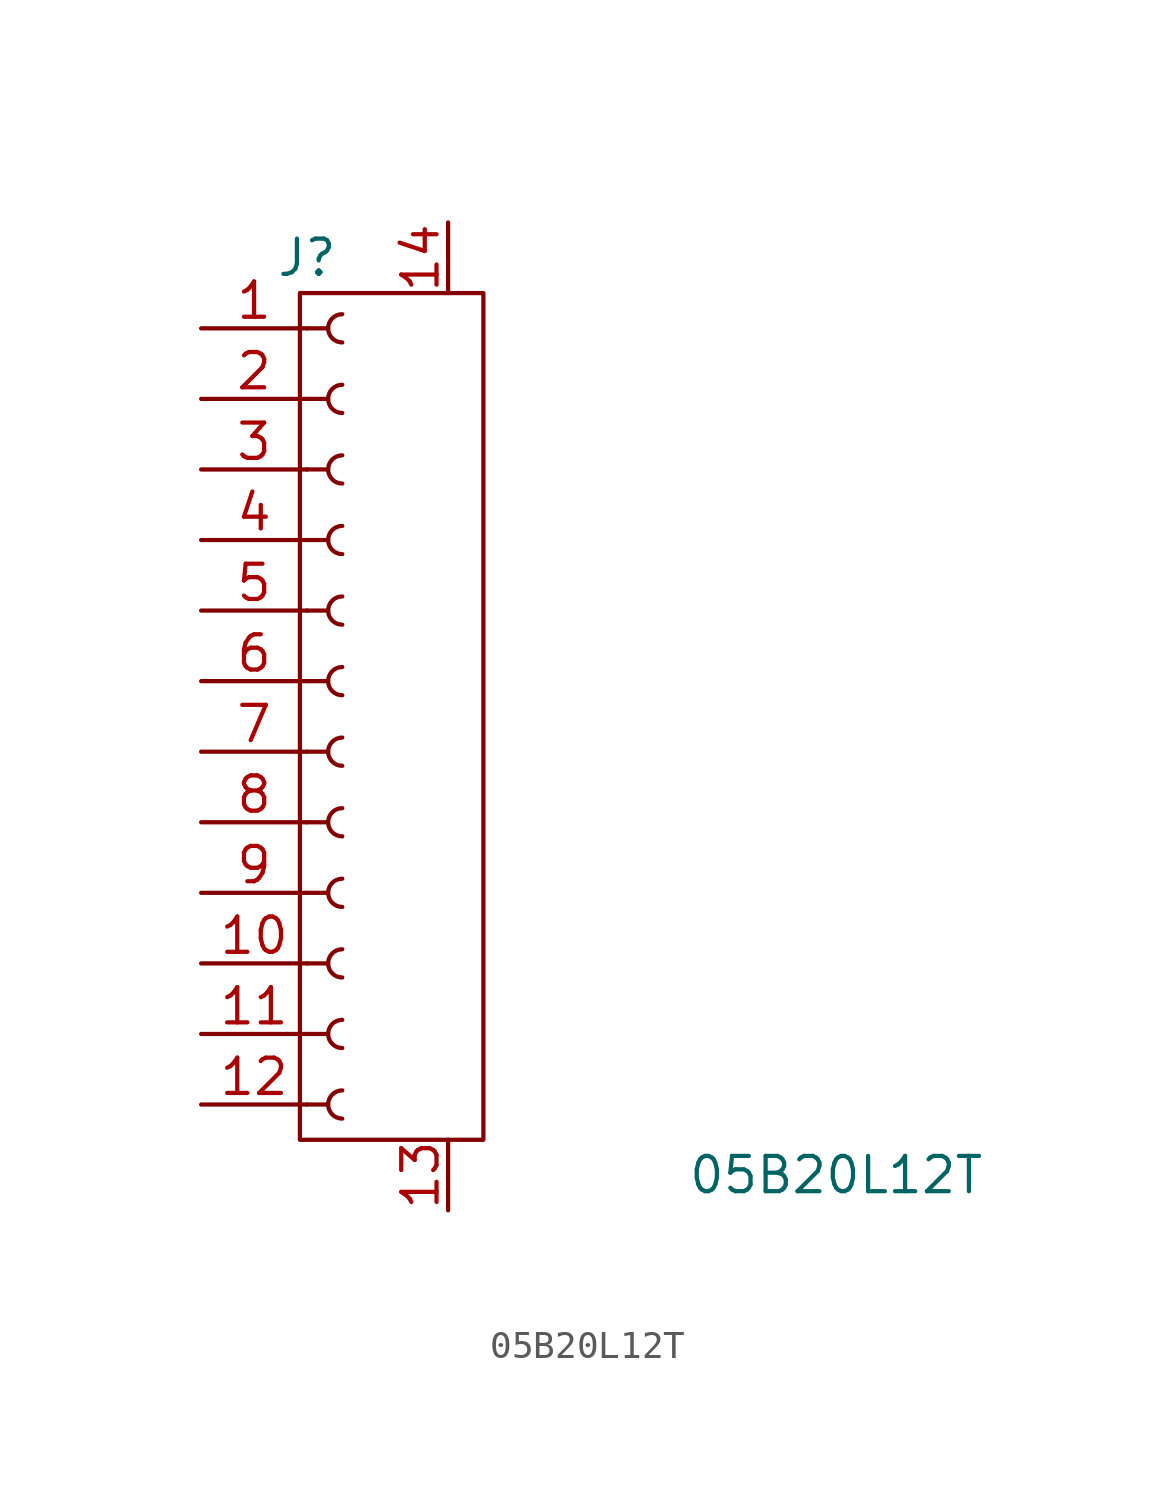
<source format=kicad_sym>
(kicad_symbol_lib
  (version 20241209)
  (generator "kicad_symbol_editor")
  (generator_version "9.0")
  (symbol "05B20L12T"
    (pin_names
      (offset 1.016)
      (hide yes))
    (property "Reference" "J"
      (at -1.27 15.24 0)
      (effects (font (size 1.27 1.27))))
    (property "Value" "05B20L12T"
      (at 17.78 -17.78 0)
      (effects (font (size 1.27 1.27))))
    (property "ki_locked" ""
      (at 0 0 0)
      (effects (font (size 1.27 1.27))))
    (symbol "05B20L12T_1_1"
      (rectangle (start -1.524 13.97) (end 5.08 -16.51) (stroke (width 0) (type default)) (fill (type none)))
      (polyline (pts (xy -1.27 12.7) (xy -0.508 12.7)) (stroke (width 0.152) (type default)) (fill (type none)))
      (polyline (pts (xy -1.27 10.16) (xy -0.508 10.16)) (stroke (width 0.152) (type default)) (fill (type none)))
      (polyline (pts (xy -1.27 7.62) (xy -0.508 7.62)) (stroke (width 0.152) (type default)) (fill (type none)))
      (polyline (pts (xy -1.27 5.08) (xy -0.508 5.08)) (stroke (width 0.152) (type default)) (fill (type none)))
      (polyline (pts (xy -1.27 2.54) (xy -0.508 2.54)) (stroke (width 0.152) (type default)) (fill (type none)))
      (polyline (pts (xy -1.27 0) (xy -0.508 0)) (stroke (width 0.152) (type default)) (fill (type none)))
      (polyline (pts (xy -1.27 -2.54) (xy -0.508 -2.54)) (stroke (width 0.152) (type default)) (fill (type none)))
      (polyline (pts (xy -1.27 -5.08) (xy -0.508 -5.08)) (stroke (width 0.152) (type default)) (fill (type none)))
      (polyline (pts (xy -1.27 -7.62) (xy -0.508 -7.62)) (stroke (width 0.152) (type default)) (fill (type none)))
      (polyline (pts (xy -1.27 -10.16) (xy -0.508 -10.16)) (stroke (width 0.152) (type default)) (fill (type none)))
      (polyline (pts (xy -1.27 -12.7) (xy -0.508 -12.7)) (stroke (width 0.152) (type default)) (fill (type none)))
      (polyline (pts (xy -1.27 -15.24) (xy -0.508 -15.24)) (stroke (width 0.152) (type default)) (fill (type none)))
      (arc (start 0 12.192) (mid -0.5058 12.7) (end 0 13.208) (stroke (width 0.1524) (type default)) (fill (type none)))
      (arc (start 0 9.652) (mid -0.5058 10.16) (end 0 10.668) (stroke (width 0.1524) (type default)) (fill (type none)))
      (arc (start 0 7.112) (mid -0.5058 7.62) (end 0 8.128) (stroke (width 0.1524) (type default)) (fill (type none)))
      (arc (start 0 4.572) (mid -0.5058 5.08) (end 0 5.588) (stroke (width 0.1524) (type default)) (fill (type none)))
      (arc (start 0 2.032) (mid -0.5058 2.54) (end 0 3.048) (stroke (width 0.1524) (type default)) (fill (type none)))
      (arc (start 0 -0.508) (mid -0.5058 0) (end 0 0.508) (stroke (width 0.1524) (type default)) (fill (type none)))
      (arc (start 0 -3.048) (mid -0.5058 -2.54) (end 0 -2.032) (stroke (width 0.1524) (type default)) (fill (type none)))
      (arc (start 0 -5.588) (mid -0.5058 -5.08) (end 0 -4.572) (stroke (width 0.1524) (type default)) (fill (type none)))
      (arc (start 0 -8.128) (mid -0.5058 -7.62) (end 0 -7.112) (stroke (width 0.1524) (type default)) (fill (type none)))
      (arc (start 0 -10.668) (mid -0.5058 -10.16) (end 0 -9.652) (stroke (width 0.1524) (type default)) (fill (type none)))
      (arc (start 0 -13.208) (mid -0.5058 -12.7) (end 0 -12.192) (stroke (width 0.1524) (type default)) (fill (type none)))
      (arc (start 0 -15.748) (mid -0.5058 -15.24) (end 0 -14.732) (stroke (width 0.1524) (type default)) (fill (type none)))
      (pin passive line (at -5.08 12.7 0) (length 3.81) (name "Pin_1" (effects (font (size 1.27 1.27)))) (number "1" (effects (font (size 1.27 1.27)))))
      (pin passive line (at -5.08 10.16 0) (length 3.81) (name "Pin_2" (effects (font (size 1.27 1.27)))) (number "2" (effects (font (size 1.27 1.27)))))
      (pin passive line (at -5.08 7.62 0) (length 3.81) (name "Pin_3" (effects (font (size 1.27 1.27)))) (number "3" (effects (font (size 1.27 1.27)))))
      (pin passive line (at -5.08 5.08 0) (length 3.81) (name "Pin_4" (effects (font (size 1.27 1.27)))) (number "4" (effects (font (size 1.27 1.27)))))
      (pin passive line (at -5.08 2.54 0) (length 3.81) (name "Pin_5" (effects (font (size 1.27 1.27)))) (number "5" (effects (font (size 1.27 1.27)))))
      (pin passive line (at -5.08 0 0) (length 3.81) (name "Pin_6" (effects (font (size 1.27 1.27)))) (number "6" (effects (font (size 1.27 1.27)))))
      (pin passive line (at -5.08 -2.54 0) (length 3.81) (name "Pin_7" (effects (font (size 1.27 1.27)))) (number "7" (effects (font (size 1.27 1.27)))))
      (pin passive line (at -5.08 -5.08 0) (length 3.81) (name "Pin_8" (effects (font (size 1.27 1.27)))) (number "8" (effects (font (size 1.27 1.27)))))
      (pin passive line (at -5.08 -7.62 0) (length 3.81) (name "Pin_9" (effects (font (size 1.27 1.27)))) (number "9" (effects (font (size 1.27 1.27)))))
      (pin passive line (at -5.08 -10.16 0) (length 3.81) (name "Pin_10" (effects (font (size 1.27 1.27)))) (number "10" (effects (font (size 1.27 1.27)))))
      (pin passive line (at -5.08 -12.7 0) (length 3.81) (name "Pin_11" (effects (font (size 1.27 1.27)))) (number "11" (effects (font (size 1.27 1.27)))))
      (pin passive line (at -5.08 -15.24 0) (length 3.81) (name "Pin_12" (effects (font (size 1.27 1.27)))) (number "12" (effects (font (size 1.27 1.27)))))
      (pin input line (at 3.81 16.51 270) (length 2.54) (name "" (effects (font (size 1.27 1.27)))) (number "14" (effects (font (size 1.27 1.27)))))
      (pin input line (at 3.81 -19.05 90) (length 2.54) (name "" (effects (font (size 1.27 1.27)))) (number "13" (effects (font (size 1.27 1.27))))))))
</source>
